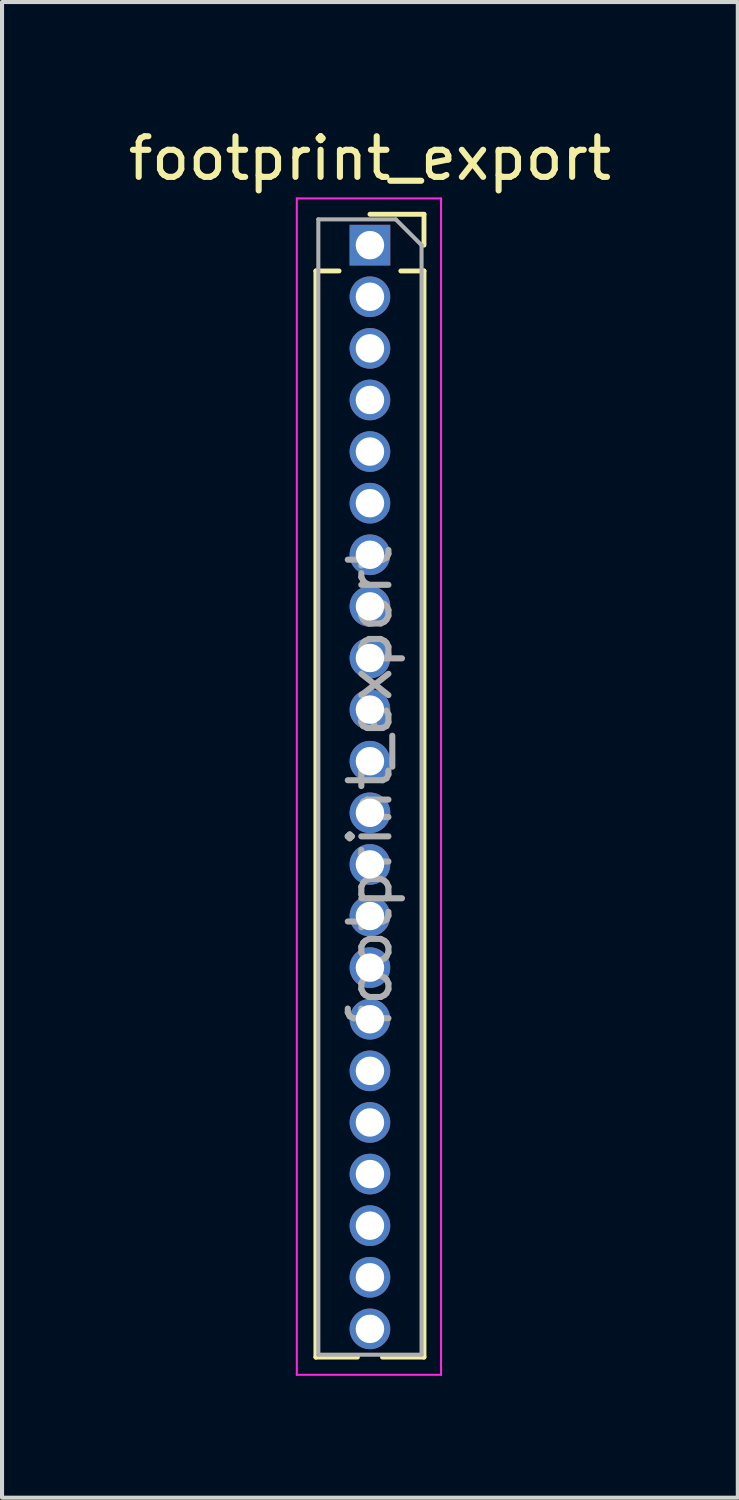
<source format=kicad_pcb>
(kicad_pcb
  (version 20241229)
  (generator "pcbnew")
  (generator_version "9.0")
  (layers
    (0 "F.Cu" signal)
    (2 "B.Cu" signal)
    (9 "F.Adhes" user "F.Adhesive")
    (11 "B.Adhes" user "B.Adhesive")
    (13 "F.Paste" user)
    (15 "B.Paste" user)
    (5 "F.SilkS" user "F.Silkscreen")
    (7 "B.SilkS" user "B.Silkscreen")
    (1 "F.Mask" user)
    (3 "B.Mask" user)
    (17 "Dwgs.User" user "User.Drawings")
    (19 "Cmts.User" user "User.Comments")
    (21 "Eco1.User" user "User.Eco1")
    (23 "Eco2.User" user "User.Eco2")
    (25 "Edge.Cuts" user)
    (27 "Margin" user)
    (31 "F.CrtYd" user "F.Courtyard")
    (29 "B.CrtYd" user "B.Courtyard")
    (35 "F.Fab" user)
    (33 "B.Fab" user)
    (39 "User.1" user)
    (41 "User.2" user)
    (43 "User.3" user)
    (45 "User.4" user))
  (footprint "footprint_export"
    (layer "F.Cu")
    (at 6.054 2.983)
    (property "Reference" "footprint_export" (at 0 -2.135 0) (layer "F.SilkS") (effects (font (size 1 1) (thickness 0.15))))
    (attr through_hole)
    (fp_line (start -1.33 0.635) (end -1.33 27.365) (stroke (width 0.12) (type solid)) (layer "F.SilkS"))
    (fp_line (start -1.33 0.635) (end -0.76 0.635) (stroke (width 0.12) (type solid)) (layer "F.SilkS"))
    (fp_line (start -1.33 27.365) (end -0.308 27.365) (stroke (width 0.12) (type solid)) (layer "F.SilkS"))
    (fp_line (start 0 -0.76) (end 1.33 -0.76) (stroke (width 0.12) (type solid)) (layer "F.SilkS"))
    (fp_line (start 0.308 27.365) (end 1.33 27.365) (stroke (width 0.12) (type solid)) (layer "F.SilkS"))
    (fp_line (start 0.76 0.635) (end 1.33 0.635) (stroke (width 0.12) (type solid)) (layer "F.SilkS"))
    (fp_line (start 1.33 -0.76) (end 1.33 0) (stroke (width 0.12) (type solid)) (layer "F.SilkS"))
    (fp_line (start 1.33 0.635) (end 1.33 27.365) (stroke (width 0.12) (type solid)) (layer "F.SilkS"))
    (fp_line (start -1.8 -1.15) (end 1.75 -1.15) (stroke (width 0.05) (type solid)) (layer "F.CrtYd"))
    (fp_line (start -1.8 27.8) (end -1.8 -1.15) (stroke (width 0.05) (type solid)) (layer "F.CrtYd"))
    (fp_line (start 1.75 -1.15) (end 1.75 27.8) (stroke (width 0.05) (type solid)) (layer "F.CrtYd"))
    (fp_line (start 1.75 27.8) (end -1.8 27.8) (stroke (width 0.05) (type solid)) (layer "F.CrtYd"))
    (fp_line (start -1.27 -0.635) (end 0.635 -0.635) (stroke (width 0.1) (type solid)) (layer "F.Fab"))
    (fp_line (start -1.27 27.305) (end -1.27 -0.635) (stroke (width 0.1) (type solid)) (layer "F.Fab"))
    (fp_line (start 0.635 -0.635) (end 1.27 0) (stroke (width 0.1) (type solid)) (layer "F.Fab"))
    (fp_line (start 1.27 0) (end 1.27 27.305) (stroke (width 0.1) (type solid)) (layer "F.Fab"))
    (fp_line (start 1.27 27.305) (end -1.27 27.305) (stroke (width 0.1) (type solid)) (layer "F.Fab"))
    (fp_text user "${REFERENCE}" (at 0 13.335 90) (layer "F.Fab") (effects (font (size 1 1) (thickness 0.15))))
    (pad "1" thru_hole rect (at 0 0) (size 1 1) (drill 0.7) (layers "*.Cu" "*.Mask"))
    (pad "2" thru_hole oval (at 0 1.27) (size 1 1) (drill 0.7) (layers "*.Cu" "*.Mask"))
    (pad "3" thru_hole oval (at 0 2.54) (size 1 1) (drill 0.7) (layers "*.Cu" "*.Mask"))
    (pad "4" thru_hole oval (at 0 3.81) (size 1 1) (drill 0.7) (layers "*.Cu" "*.Mask"))
    (pad "5" thru_hole oval (at 0 5.08) (size 1 1) (drill 0.7) (layers "*.Cu" "*.Mask"))
    (pad "6" thru_hole oval (at 0 6.35) (size 1 1) (drill 0.7) (layers "*.Cu" "*.Mask"))
    (pad "7" thru_hole oval (at 0 7.62) (size 1 1) (drill 0.7) (layers "*.Cu" "*.Mask"))
    (pad "8" thru_hole oval (at 0 8.89) (size 1 1) (drill 0.7) (layers "*.Cu" "*.Mask"))
    (pad "9" thru_hole oval (at 0 10.16) (size 1 1) (drill 0.7) (layers "*.Cu" "*.Mask"))
    (pad "10" thru_hole oval (at 0 11.43) (size 1 1) (drill 0.7) (layers "*.Cu" "*.Mask"))
    (pad "11" thru_hole oval (at 0 12.7) (size 1 1) (drill 0.7) (layers "*.Cu" "*.Mask"))
    (pad "12" thru_hole oval (at 0 13.97) (size 1 1) (drill 0.7) (layers "*.Cu" "*.Mask"))
    (pad "13" thru_hole oval (at 0 15.24) (size 1 1) (drill 0.7) (layers "*.Cu" "*.Mask"))
    (pad "14" thru_hole oval (at 0 16.51) (size 1 1) (drill 0.7) (layers "*.Cu" "*.Mask"))
    (pad "15" thru_hole oval (at 0 17.78) (size 1 1) (drill 0.7) (layers "*.Cu" "*.Mask"))
    (pad "16" thru_hole oval (at 0 19.05) (size 1 1) (drill 0.7) (layers "*.Cu" "*.Mask"))
    (pad "17" thru_hole oval (at 0 20.32) (size 1 1) (drill 0.7) (layers "*.Cu" "*.Mask"))
    (pad "18" thru_hole oval (at 0 21.59) (size 1 1) (drill 0.7) (layers "*.Cu" "*.Mask"))
    (pad "19" thru_hole oval (at 0 22.86) (size 1 1) (drill 0.7) (layers "*.Cu" "*.Mask"))
    (pad "20" thru_hole oval (at 0 24.13) (size 1 1) (drill 0.7) (layers "*.Cu" "*.Mask"))
    (pad "21" thru_hole oval (at 0 25.4) (size 1 1) (drill 0.7) (layers "*.Cu" "*.Mask"))
    (pad "22" thru_hole oval (at 0 26.67) (size 1 1) (drill 0.7) (layers "*.Cu" "*.Mask")))
  (gr_rect
    (start -3 -3)
    (end 15.107 33.808)
    (stroke (width 0.1) (type default))
    (fill no)
    (layer "Edge.Cuts")))
</source>
